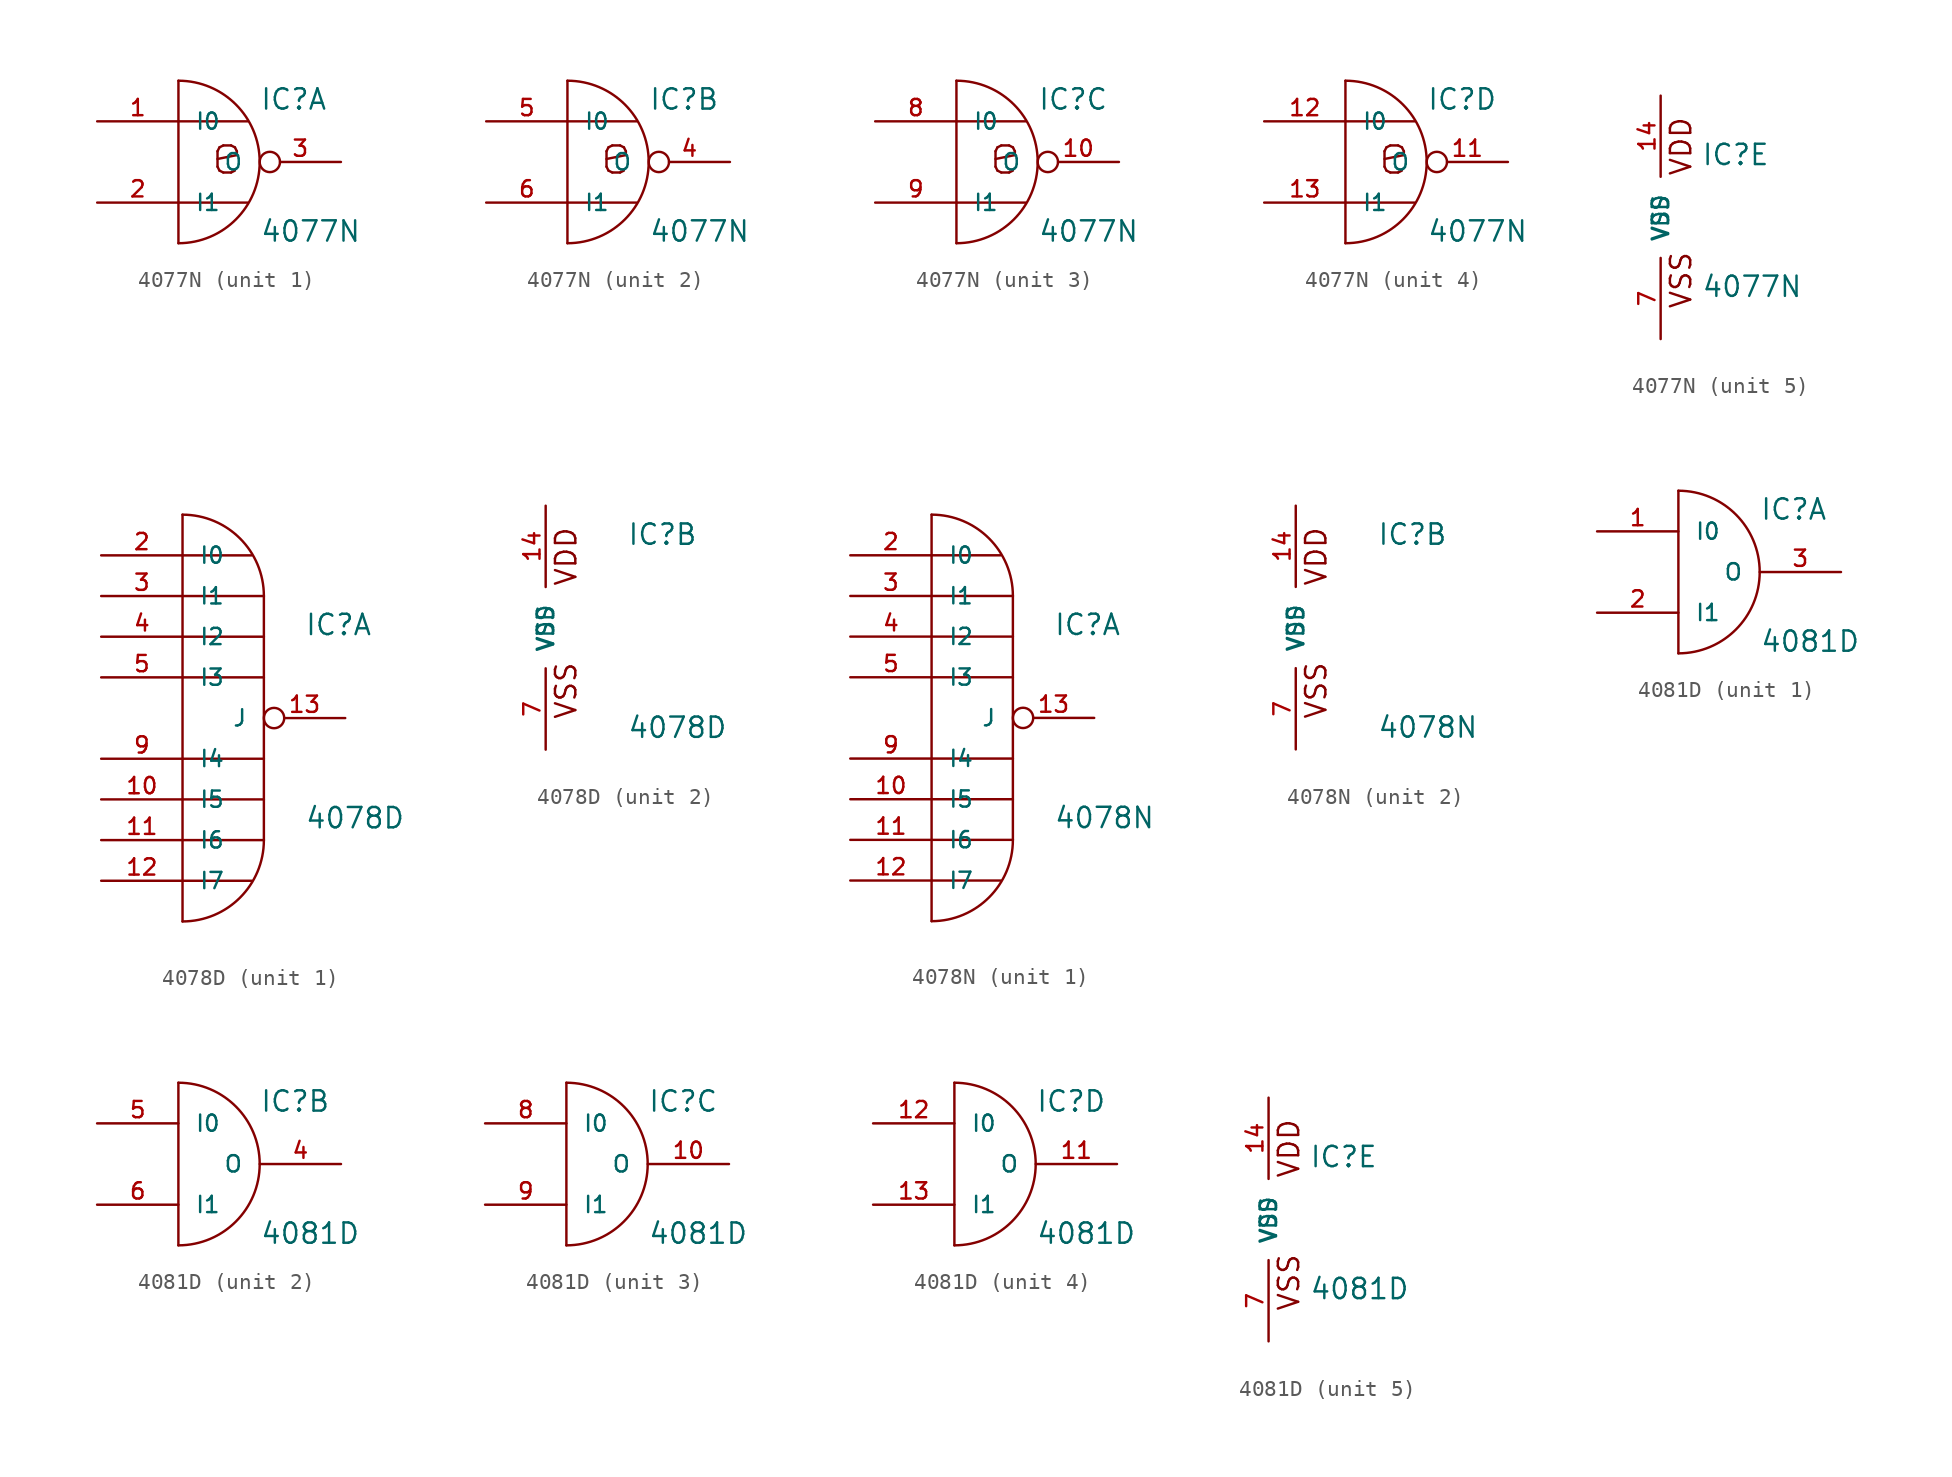
<source format=kicad_sym>
(kicad_symbol_lib
  (version 20211014)
  (generator kicad_symbol_editor)
  (symbol "4077N"
    (pin_names
      (offset 1.016))
    (property "Reference" "IC"
      (at 2.54 3.175 0)
      (effects (font (size 1.27 1.27)) (justify left bottom)))
    (property "Value" "4077N"
      (at 2.54 -5.08 0)
      (effects (font (size 1.27 1.27)) (justify left bottom)))
    (property "ki_locked" ""
      (at 0 0 0)
      (effects (font (size 1.27 1.27))))
    (symbol "4077N_1_0"
      (polyline (pts (xy -2.54 5.08) (xy -2.54 -5.08)) (stroke (width 0) (type default) (color 0 0 0 0)) (fill (type none)))
      (polyline (pts (xy 1.778 -2.54) (xy -2.54 -2.54)) (stroke (width 0) (type default) (color 0 0 0 0)) (fill (type none)))
      (polyline (pts (xy 1.778 2.54) (xy -2.54 2.54)) (stroke (width 0) (type default) (color 0 0 0 0)) (fill (type none)))
      (text "e" (at 0.508 0.508 0) (effects (font (size 2.54 2.54)))))
    (symbol "4077N_1_1"
      (arc (start -2.54 -5.08) (mid 2.54 0) (end -2.54 5.08) (stroke (width 0) (type default) (color 0 0 0 0)) (fill (type none)))
      (pin input line (at -7.62 2.54 0) (length 5.08) (name "I0" (effects (font (size 1.016 1.016)))) (number "1" (effects (font (size 1.016 1.016)))))
      (pin input line (at -7.62 -2.54 0) (length 5.08) (name "I1" (effects (font (size 1.016 1.016)))) (number "2" (effects (font (size 1.016 1.016)))))
      (pin output inverted (at 7.62 0 180) (length 5.08) (name "O" (effects (font (size 1.016 1.016)))) (number "3" (effects (font (size 1.016 1.016))))))
    (symbol "4077N_2_0"
      (polyline (pts (xy -2.54 5.08) (xy -2.54 -5.08)) (stroke (width 0) (type default) (color 0 0 0 0)) (fill (type none)))
      (polyline (pts (xy 1.778 -2.54) (xy -2.54 -2.54)) (stroke (width 0) (type default) (color 0 0 0 0)) (fill (type none)))
      (polyline (pts (xy 1.778 2.54) (xy -2.54 2.54)) (stroke (width 0) (type default) (color 0 0 0 0)) (fill (type none)))
      (text "e" (at 0.508 0.508 0) (effects (font (size 2.54 2.54)))))
    (symbol "4077N_2_1"
      (arc (start -2.54 -5.08) (mid 2.54 0) (end -2.54 5.08) (stroke (width 0) (type default) (color 0 0 0 0)) (fill (type none)))
      (pin output inverted (at 7.62 0 180) (length 5.08) (name "O" (effects (font (size 1.016 1.016)))) (number "4" (effects (font (size 1.016 1.016)))))
      (pin input line (at -7.62 2.54 0) (length 5.08) (name "I0" (effects (font (size 1.016 1.016)))) (number "5" (effects (font (size 1.016 1.016)))))
      (pin input line (at -7.62 -2.54 0) (length 5.08) (name "I1" (effects (font (size 1.016 1.016)))) (number "6" (effects (font (size 1.016 1.016))))))
    (symbol "4077N_3_0"
      (polyline (pts (xy -2.54 5.08) (xy -2.54 -5.08)) (stroke (width 0) (type default) (color 0 0 0 0)) (fill (type none)))
      (polyline (pts (xy 1.778 -2.54) (xy -2.54 -2.54)) (stroke (width 0) (type default) (color 0 0 0 0)) (fill (type none)))
      (polyline (pts (xy 1.778 2.54) (xy -2.54 2.54)) (stroke (width 0) (type default) (color 0 0 0 0)) (fill (type none)))
      (text "e" (at 0.508 0.508 0) (effects (font (size 2.54 2.54)))))
    (symbol "4077N_3_1"
      (arc (start -2.54 -5.08) (mid 2.54 0) (end -2.54 5.08) (stroke (width 0) (type default) (color 0 0 0 0)) (fill (type none)))
      (pin output inverted (at 7.62 0 180) (length 5.08) (name "O" (effects (font (size 1.016 1.016)))) (number "10" (effects (font (size 1.016 1.016)))))
      (pin input line (at -7.62 2.54 0) (length 5.08) (name "I0" (effects (font (size 1.016 1.016)))) (number "8" (effects (font (size 1.016 1.016)))))
      (pin input line (at -7.62 -2.54 0) (length 5.08) (name "I1" (effects (font (size 1.016 1.016)))) (number "9" (effects (font (size 1.016 1.016))))))
    (symbol "4077N_4_0"
      (polyline (pts (xy -2.54 5.08) (xy -2.54 -5.08)) (stroke (width 0) (type default) (color 0 0 0 0)) (fill (type none)))
      (polyline (pts (xy 1.778 -2.54) (xy -2.54 -2.54)) (stroke (width 0) (type default) (color 0 0 0 0)) (fill (type none)))
      (polyline (pts (xy 1.778 2.54) (xy -2.54 2.54)) (stroke (width 0) (type default) (color 0 0 0 0)) (fill (type none)))
      (text "e" (at 0.508 0.508 0) (effects (font (size 2.54 2.54)))))
    (symbol "4077N_4_1"
      (arc (start -2.54 -5.08) (mid 2.54 0) (end -2.54 5.08) (stroke (width 0) (type default) (color 0 0 0 0)) (fill (type none)))
      (pin output inverted (at 7.62 0 180) (length 5.08) (name "O" (effects (font (size 1.016 1.016)))) (number "11" (effects (font (size 1.016 1.016)))))
      (pin input line (at -7.62 2.54 0) (length 5.08) (name "I0" (effects (font (size 1.016 1.016)))) (number "12" (effects (font (size 1.016 1.016)))))
      (pin input line (at -7.62 -2.54 0) (length 5.08) (name "I1" (effects (font (size 1.016 1.016)))) (number "13" (effects (font (size 1.016 1.016))))))
    (symbol "4077N_5_0"
      (text "VDD" (at 1.27 4.445 1) (effects (font (size 1.27 1.27))))
      (text "VSS" (at 1.27 -3.937 1) (effects (font (size 1.27 1.27)))))
    (symbol "4077N_5_1"
      (pin power_in line (at 0 7.62 270) (length 5.08) (name "VDD" (effects (font (size 1.016 1.016)))) (number "14" (effects (font (size 1.016 1.016)))))
      (pin power_in line (at 0 -7.62 90) (length 5.08) (name "VSS" (effects (font (size 1.016 1.016)))) (number "7" (effects (font (size 1.016 1.016)))))))
  (symbol "4078D"
    (pin_names
      (offset 1.016))
    (property "Reference" "IC"
      (at 5.08 5.08 0)
      (effects (font (size 1.27 1.27)) (justify left bottom)))
    (property "Value" "4078D"
      (at 5.08 -6.985 0)
      (effects (font (size 1.27 1.27)) (justify left bottom)))
    (property "ki_locked" ""
      (at 0 0 0)
      (effects (font (size 1.27 1.27))))
    (symbol "4078D_1_0"
      (polyline (pts (xy -2.54 -7.62) (xy 2.54 -7.62)) (stroke (width 0) (type default) (color 0 0 0 0)) (fill (type none)))
      (polyline (pts (xy -2.54 -5.08) (xy 2.54 -5.08)) (stroke (width 0) (type default) (color 0 0 0 0)) (fill (type none)))
      (polyline (pts (xy -2.54 -2.54) (xy 2.54 -2.54)) (stroke (width 0) (type default) (color 0 0 0 0)) (fill (type none)))
      (polyline (pts (xy -2.54 2.54) (xy 2.54 2.54)) (stroke (width 0) (type default) (color 0 0 0 0)) (fill (type none)))
      (polyline (pts (xy -2.54 5.08) (xy 2.54 5.08)) (stroke (width 0) (type default) (color 0 0 0 0)) (fill (type none)))
      (polyline (pts (xy -2.54 7.62) (xy 2.54 7.62)) (stroke (width 0) (type default) (color 0 0 0 0)) (fill (type none)))
      (polyline (pts (xy -2.54 12.7) (xy -2.54 -12.7)) (stroke (width 0) (type default) (color 0 0 0 0)) (fill (type none)))
      (polyline (pts (xy 1.778 -10.16) (xy -2.54 -10.16)) (stroke (width 0) (type default) (color 0 0 0 0)) (fill (type none)))
      (polyline (pts (xy 1.778 10.16) (xy -2.54 10.16)) (stroke (width 0) (type default) (color 0 0 0 0)) (fill (type none)))
      (polyline (pts (xy 2.54 7.62) (xy 2.54 -7.62)) (stroke (width 0) (type default) (color 0 0 0 0)) (fill (type none))))
    (symbol "4078D_1_1"
      (arc (start -2.54 -12.7) (mid 1.0521 -11.2121) (end 2.54 -7.62) (stroke (width 0) (type default) (color 0 0 0 0)) (fill (type none)))
      (arc (start 2.54 7.62) (mid 1.0521 11.2121) (end -2.54 12.7) (stroke (width 0) (type default) (color 0 0 0 0)) (fill (type none)))
      (pin input line (at -7.62 -5.08 0) (length 5.08) (name "I5" (effects (font (size 1.016 1.016)))) (number "10" (effects (font (size 1.016 1.016)))))
      (pin input line (at -7.62 -7.62 0) (length 5.08) (name "I6" (effects (font (size 1.016 1.016)))) (number "11" (effects (font (size 1.016 1.016)))))
      (pin input line (at -7.62 -10.16 0) (length 5.08) (name "I7" (effects (font (size 1.016 1.016)))) (number "12" (effects (font (size 1.016 1.016)))))
      (pin output inverted (at 7.62 0 180) (length 5.08) (name "J" (effects (font (size 1.016 1.016)))) (number "13" (effects (font (size 1.016 1.016)))))
      (pin input line (at -7.62 10.16 0) (length 5.08) (name "I0" (effects (font (size 1.016 1.016)))) (number "2" (effects (font (size 1.016 1.016)))))
      (pin input line (at -7.62 7.62 0) (length 5.08) (name "I1" (effects (font (size 1.016 1.016)))) (number "3" (effects (font (size 1.016 1.016)))))
      (pin input line (at -7.62 5.08 0) (length 5.08) (name "I2" (effects (font (size 1.016 1.016)))) (number "4" (effects (font (size 1.016 1.016)))))
      (pin input line (at -7.62 2.54 0) (length 5.08) (name "I3" (effects (font (size 1.016 1.016)))) (number "5" (effects (font (size 1.016 1.016)))))
      (pin input line (at -7.62 -2.54 0) (length 5.08) (name "I4" (effects (font (size 1.016 1.016)))) (number "9" (effects (font (size 1.016 1.016))))))
    (symbol "4078D_2_0"
      (text "VDD" (at 1.27 4.445 1) (effects (font (size 1.27 1.27))))
      (text "VSS" (at 1.27 -3.937 1) (effects (font (size 1.27 1.27)))))
    (symbol "4078D_2_1"
      (pin power_in line (at 0 7.62 270) (length 5.08) (name "VDD" (effects (font (size 1.016 1.016)))) (number "14" (effects (font (size 1.016 1.016)))))
      (pin power_in line (at 0 -7.62 90) (length 5.08) (name "VSS" (effects (font (size 1.016 1.016)))) (number "7" (effects (font (size 1.016 1.016)))))))
  (symbol "4078N"
    (pin_names
      (offset 1.016))
    (property "Reference" "IC"
      (at 5.08 5.08 0)
      (effects (font (size 1.27 1.27)) (justify left bottom)))
    (property "Value" "4078N"
      (at 5.08 -6.985 0)
      (effects (font (size 1.27 1.27)) (justify left bottom)))
    (property "ki_locked" ""
      (at 0 0 0)
      (effects (font (size 1.27 1.27))))
    (symbol "4078N_1_0"
      (polyline (pts (xy -2.54 -7.62) (xy 2.54 -7.62)) (stroke (width 0) (type default) (color 0 0 0 0)) (fill (type none)))
      (polyline (pts (xy -2.54 -5.08) (xy 2.54 -5.08)) (stroke (width 0) (type default) (color 0 0 0 0)) (fill (type none)))
      (polyline (pts (xy -2.54 -2.54) (xy 2.54 -2.54)) (stroke (width 0) (type default) (color 0 0 0 0)) (fill (type none)))
      (polyline (pts (xy -2.54 2.54) (xy 2.54 2.54)) (stroke (width 0) (type default) (color 0 0 0 0)) (fill (type none)))
      (polyline (pts (xy -2.54 5.08) (xy 2.54 5.08)) (stroke (width 0) (type default) (color 0 0 0 0)) (fill (type none)))
      (polyline (pts (xy -2.54 7.62) (xy 2.54 7.62)) (stroke (width 0) (type default) (color 0 0 0 0)) (fill (type none)))
      (polyline (pts (xy -2.54 12.7) (xy -2.54 -12.7)) (stroke (width 0) (type default) (color 0 0 0 0)) (fill (type none)))
      (polyline (pts (xy 1.778 -10.16) (xy -2.54 -10.16)) (stroke (width 0) (type default) (color 0 0 0 0)) (fill (type none)))
      (polyline (pts (xy 1.778 10.16) (xy -2.54 10.16)) (stroke (width 0) (type default) (color 0 0 0 0)) (fill (type none)))
      (polyline (pts (xy 2.54 7.62) (xy 2.54 -7.62)) (stroke (width 0) (type default) (color 0 0 0 0)) (fill (type none))))
    (symbol "4078N_1_1"
      (arc (start -2.54 -12.7) (mid 1.0521 -11.2121) (end 2.54 -7.62) (stroke (width 0) (type default) (color 0 0 0 0)) (fill (type none)))
      (arc (start 2.54 7.62) (mid 1.0521 11.2121) (end -2.54 12.7) (stroke (width 0) (type default) (color 0 0 0 0)) (fill (type none)))
      (pin input line (at -7.62 -5.08 0) (length 5.08) (name "I5" (effects (font (size 1.016 1.016)))) (number "10" (effects (font (size 1.016 1.016)))))
      (pin input line (at -7.62 -7.62 0) (length 5.08) (name "I6" (effects (font (size 1.016 1.016)))) (number "11" (effects (font (size 1.016 1.016)))))
      (pin input line (at -7.62 -10.16 0) (length 5.08) (name "I7" (effects (font (size 1.016 1.016)))) (number "12" (effects (font (size 1.016 1.016)))))
      (pin output inverted (at 7.62 0 180) (length 5.08) (name "J" (effects (font (size 1.016 1.016)))) (number "13" (effects (font (size 1.016 1.016)))))
      (pin input line (at -7.62 10.16 0) (length 5.08) (name "I0" (effects (font (size 1.016 1.016)))) (number "2" (effects (font (size 1.016 1.016)))))
      (pin input line (at -7.62 7.62 0) (length 5.08) (name "I1" (effects (font (size 1.016 1.016)))) (number "3" (effects (font (size 1.016 1.016)))))
      (pin input line (at -7.62 5.08 0) (length 5.08) (name "I2" (effects (font (size 1.016 1.016)))) (number "4" (effects (font (size 1.016 1.016)))))
      (pin input line (at -7.62 2.54 0) (length 5.08) (name "I3" (effects (font (size 1.016 1.016)))) (number "5" (effects (font (size 1.016 1.016)))))
      (pin input line (at -7.62 -2.54 0) (length 5.08) (name "I4" (effects (font (size 1.016 1.016)))) (number "9" (effects (font (size 1.016 1.016))))))
    (symbol "4078N_2_0"
      (text "VDD" (at 1.27 4.445 1) (effects (font (size 1.27 1.27))))
      (text "VSS" (at 1.27 -3.937 1) (effects (font (size 1.27 1.27)))))
    (symbol "4078N_2_1"
      (pin power_in line (at 0 7.62 270) (length 5.08) (name "VDD" (effects (font (size 1.016 1.016)))) (number "14" (effects (font (size 1.016 1.016)))))
      (pin power_in line (at 0 -7.62 90) (length 5.08) (name "VSS" (effects (font (size 1.016 1.016)))) (number "7" (effects (font (size 1.016 1.016)))))))
  (symbol "4081D"
    (pin_names
      (offset 1.016))
    (property "Reference" "IC"
      (at 2.54 3.175 0)
      (effects (font (size 1.27 1.27)) (justify left bottom)))
    (property "Value" "4081D"
      (at 2.54 -5.08 0)
      (effects (font (size 1.27 1.27)) (justify left bottom)))
    (property "ki_locked" ""
      (at 0 0 0)
      (effects (font (size 1.27 1.27))))
    (symbol "4081D_1_0"
      (polyline (pts (xy -2.54 5.08) (xy -2.54 -5.08)) (stroke (width 0) (type default) (color 0 0 0 0)) (fill (type none))))
    (symbol "4081D_1_1"
      (arc (start -2.54 -5.08) (mid 2.54 0) (end -2.54 5.08) (stroke (width 0) (type default) (color 0 0 0 0)) (fill (type none)))
      (pin input line (at -7.62 2.54 0) (length 5.08) (name "I0" (effects (font (size 1.016 1.016)))) (number "1" (effects (font (size 1.016 1.016)))))
      (pin input line (at -7.62 -2.54 0) (length 5.08) (name "I1" (effects (font (size 1.016 1.016)))) (number "2" (effects (font (size 1.016 1.016)))))
      (pin output line (at 7.62 0 180) (length 5.08) (name "O" (effects (font (size 1.016 1.016)))) (number "3" (effects (font (size 1.016 1.016))))))
    (symbol "4081D_2_0"
      (polyline (pts (xy -2.54 5.08) (xy -2.54 -5.08)) (stroke (width 0) (type default) (color 0 0 0 0)) (fill (type none))))
    (symbol "4081D_2_1"
      (arc (start -2.54 -5.08) (mid 2.54 0) (end -2.54 5.08) (stroke (width 0) (type default) (color 0 0 0 0)) (fill (type none)))
      (pin output line (at 7.62 0 180) (length 5.08) (name "O" (effects (font (size 1.016 1.016)))) (number "4" (effects (font (size 1.016 1.016)))))
      (pin input line (at -7.62 2.54 0) (length 5.08) (name "I0" (effects (font (size 1.016 1.016)))) (number "5" (effects (font (size 1.016 1.016)))))
      (pin input line (at -7.62 -2.54 0) (length 5.08) (name "I1" (effects (font (size 1.016 1.016)))) (number "6" (effects (font (size 1.016 1.016))))))
    (symbol "4081D_3_0"
      (polyline (pts (xy -2.54 5.08) (xy -2.54 -5.08)) (stroke (width 0) (type default) (color 0 0 0 0)) (fill (type none))))
    (symbol "4081D_3_1"
      (arc (start -2.54 -5.08) (mid 2.54 0) (end -2.54 5.08) (stroke (width 0) (type default) (color 0 0 0 0)) (fill (type none)))
      (pin output line (at 7.62 0 180) (length 5.08) (name "O" (effects (font (size 1.016 1.016)))) (number "10" (effects (font (size 1.016 1.016)))))
      (pin input line (at -7.62 2.54 0) (length 5.08) (name "I0" (effects (font (size 1.016 1.016)))) (number "8" (effects (font (size 1.016 1.016)))))
      (pin input line (at -7.62 -2.54 0) (length 5.08) (name "I1" (effects (font (size 1.016 1.016)))) (number "9" (effects (font (size 1.016 1.016))))))
    (symbol "4081D_4_0"
      (polyline (pts (xy -2.54 5.08) (xy -2.54 -5.08)) (stroke (width 0) (type default) (color 0 0 0 0)) (fill (type none))))
    (symbol "4081D_4_1"
      (arc (start -2.54 -5.08) (mid 2.54 0) (end -2.54 5.08) (stroke (width 0) (type default) (color 0 0 0 0)) (fill (type none)))
      (pin output line (at 7.62 0 180) (length 5.08) (name "O" (effects (font (size 1.016 1.016)))) (number "11" (effects (font (size 1.016 1.016)))))
      (pin input line (at -7.62 2.54 0) (length 5.08) (name "I0" (effects (font (size 1.016 1.016)))) (number "12" (effects (font (size 1.016 1.016)))))
      (pin input line (at -7.62 -2.54 0) (length 5.08) (name "I1" (effects (font (size 1.016 1.016)))) (number "13" (effects (font (size 1.016 1.016))))))
    (symbol "4081D_5_0"
      (text "VDD" (at 1.27 4.445 1) (effects (font (size 1.27 1.27))))
      (text "VSS" (at 1.27 -3.937 1) (effects (font (size 1.27 1.27)))))
    (symbol "4081D_5_1"
      (pin power_in line (at 0 7.62 270) (length 5.08) (name "VDD" (effects (font (size 1.016 1.016)))) (number "14" (effects (font (size 1.016 1.016)))))
      (pin power_in line (at 0 -7.62 90) (length 5.08) (name "VSS" (effects (font (size 1.016 1.016)))) (number "7" (effects (font (size 1.016 1.016))))))))
</source>
